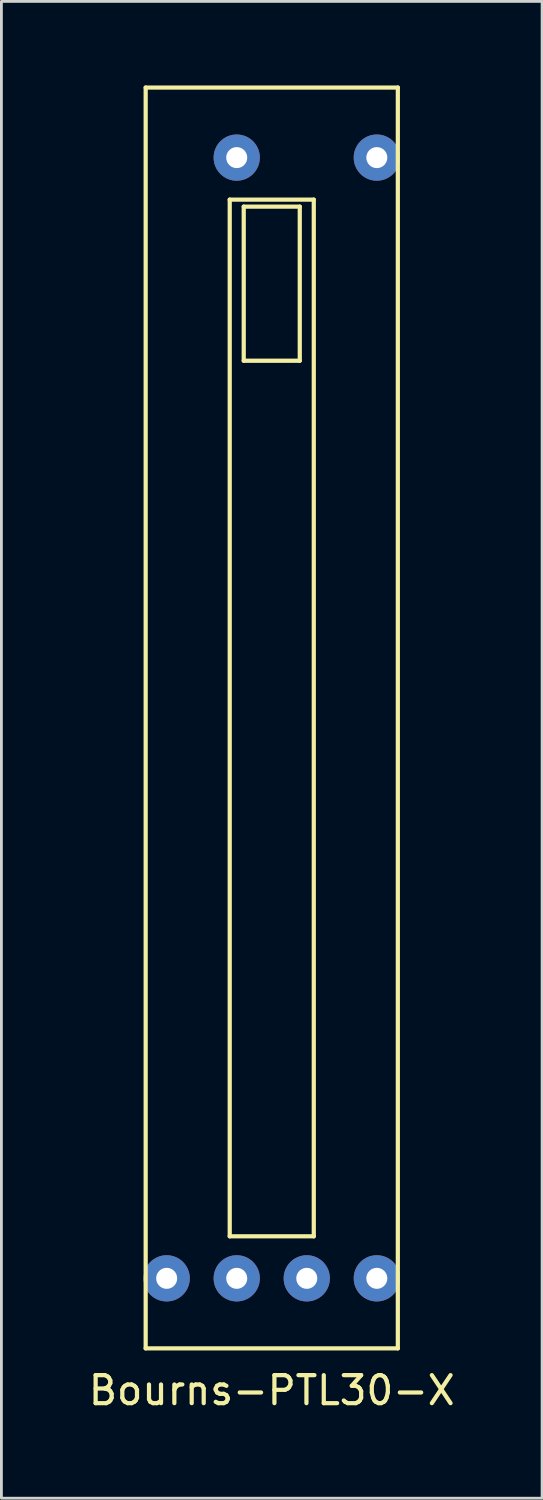
<source format=kicad_pcb>
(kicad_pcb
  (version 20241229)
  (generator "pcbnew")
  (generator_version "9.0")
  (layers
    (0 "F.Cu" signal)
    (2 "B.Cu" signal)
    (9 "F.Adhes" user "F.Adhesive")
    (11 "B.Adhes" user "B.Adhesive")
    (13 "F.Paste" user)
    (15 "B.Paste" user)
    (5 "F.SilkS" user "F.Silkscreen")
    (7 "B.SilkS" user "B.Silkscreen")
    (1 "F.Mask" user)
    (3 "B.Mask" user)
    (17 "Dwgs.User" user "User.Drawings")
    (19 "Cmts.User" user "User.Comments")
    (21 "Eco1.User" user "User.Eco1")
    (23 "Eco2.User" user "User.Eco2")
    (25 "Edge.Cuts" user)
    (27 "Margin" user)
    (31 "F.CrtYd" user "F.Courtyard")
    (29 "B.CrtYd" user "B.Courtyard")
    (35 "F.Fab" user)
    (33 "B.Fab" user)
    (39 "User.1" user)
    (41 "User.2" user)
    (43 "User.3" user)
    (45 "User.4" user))
  (footprint "Bourns-PTL30-X"
    (layer "F.Cu")
    (at 6.649 22.575)
    (property "Reference" "Bourns-PTL30-X" (at 0 24 0) (layer "F.SilkS") (effects (font (size 1 1) (thickness 0.15))))
    (attr through_hole)
    (fp_line (start -4.5 -22.5) (end -4.5 22.5) (stroke (width 0.15) (type solid)) (layer "F.SilkS"))
    (fp_line (start -4.5 22.5) (end 4.5 22.5) (stroke (width 0.15) (type solid)) (layer "F.SilkS"))
    (fp_line (start -1.5 -18.5) (end -1.5 18.5) (stroke (width 0.15) (type solid)) (layer "F.SilkS"))
    (fp_line (start -1.5 18.5) (end 1.5 18.5) (stroke (width 0.15) (type solid)) (layer "F.SilkS"))
    (fp_line (start -1 -18.25) (end 1 -18.25) (stroke (width 0.15) (type solid)) (layer "F.SilkS"))
    (fp_line (start -1 -12.75) (end -1 -18.25) (stroke (width 0.15) (type solid)) (layer "F.SilkS"))
    (fp_line (start 1 -18.25) (end 1 -12.75) (stroke (width 0.15) (type solid)) (layer "F.SilkS"))
    (fp_line (start 1 -12.75) (end -1 -12.75) (stroke (width 0.15) (type solid)) (layer "F.SilkS"))
    (fp_line (start 1.5 -18.5) (end -1.5 -18.5) (stroke (width 0.15) (type solid)) (layer "F.SilkS"))
    (fp_line (start 1.5 18.5) (end 1.5 -18.5) (stroke (width 0.15) (type solid)) (layer "F.SilkS"))
    (fp_line (start 4.5 -22.5) (end -4.5 -22.5) (stroke (width 0.15) (type solid)) (layer "F.SilkS"))
    (fp_line (start 4.5 22.5) (end 4.5 -22.5) (stroke (width 0.15) (type solid)) (layer "F.SilkS"))
    (pad "1" thru_hole circle (at -1.25 20) (size 1.65 1.65) (drill 0.75) (layers "*.Cu" "*.Mask"))
    (pad "2" thru_hole circle (at -3.75 20) (size 1.65 1.65) (drill 0.75) (layers "*.Cu" "*.Mask"))
    (pad "3" thru_hole circle (at -1.25 -20) (size 1.65 1.65) (drill 0.75) (layers "*.Cu" "*.Mask"))
    (pad "B" thru_hole circle (at 3.75 -20) (size 1.65 1.65) (drill 0.75) (layers "*.Cu" "*.Mask"))
    (pad "E" thru_hole circle (at 3.75 20) (size 1.65 1.65) (drill 0.75) (layers "*.Cu" "*.Mask"))
    (pad "L" thru_hole circle (at 1.25 20) (size 1.65 1.65) (drill 0.75) (layers "*.Cu" "*.Mask")))
  (gr_rect
    (start -3 -3)
    (end 16.298 50.423)
    (stroke (width 0.1) (type default))
    (fill no)
    (layer "Edge.Cuts")))
</source>
